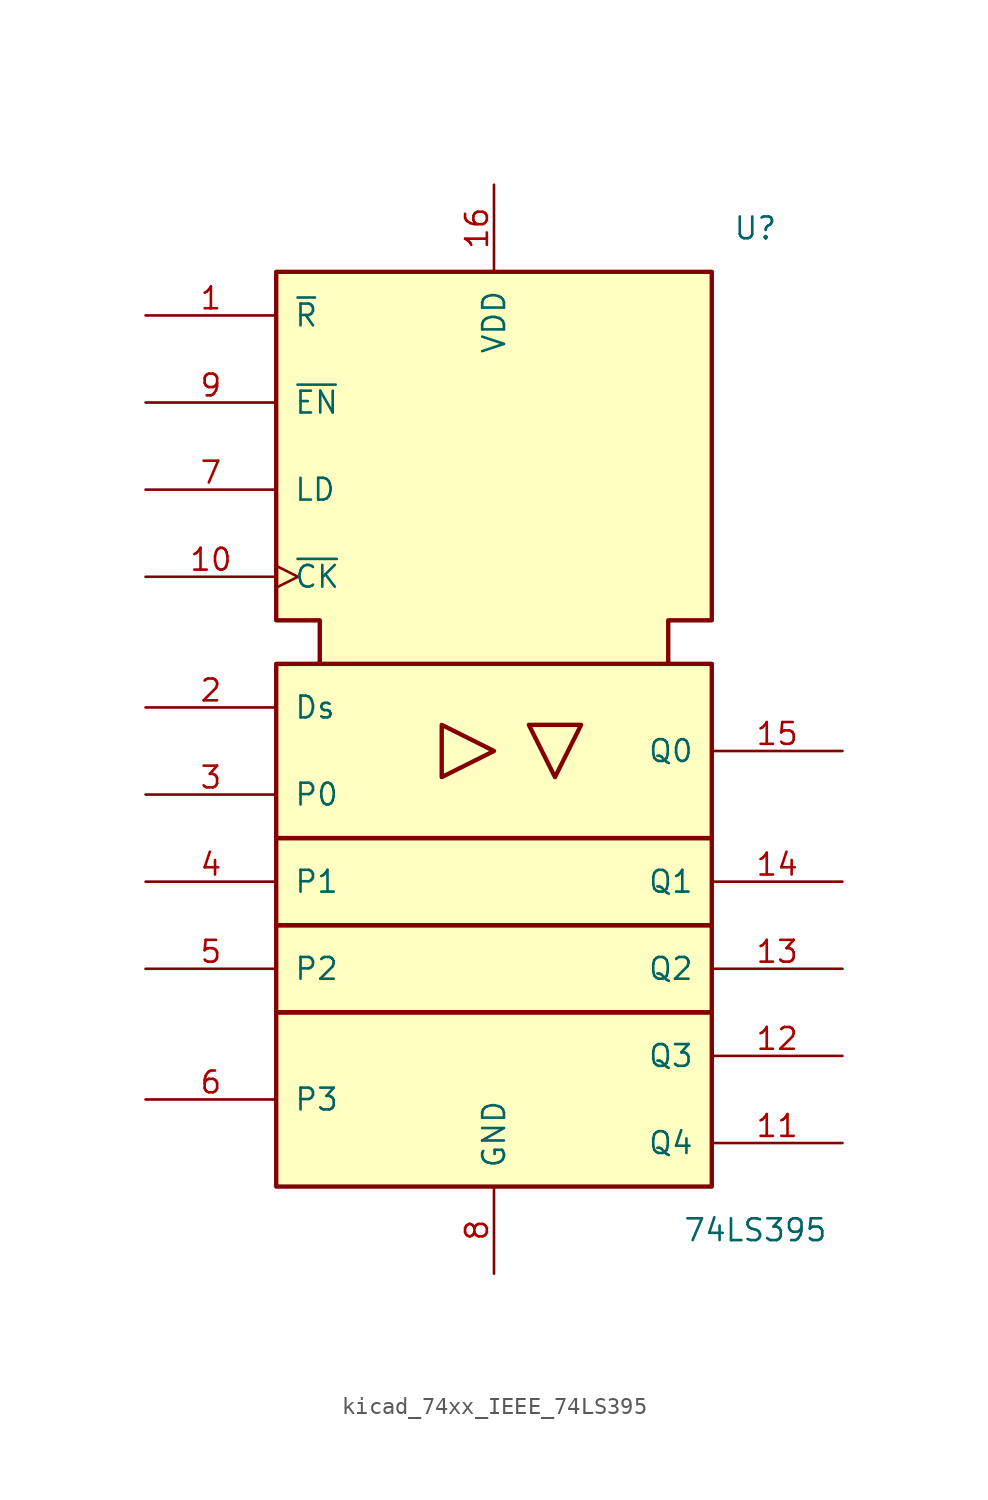
<source format=kicad_sym>
(kicad_symbol_lib
  (version 20220914)
  (generator kicad_symbol_editor)
  (symbol "kicad_74xx_IEEE_74LS395"
    (pin_names
      (offset 1.016))
    (property "Reference" "U"
      (at 15.24 27.94 0)
      (effects (font (size 1.27 1.27))))
    (property "Value" "74LS395"
      (at 15.24 -30.48 0)
      (effects (font (size 1.27 1.27))))
    (symbol "kicad_74xx_IEEE_74LS395_0_0"
      (rectangle (start -12.7 -17.78) (end 12.7 -27.94) (stroke (width 0.254) (type default)) (fill (type background)))
      (polyline (pts (xy -10.16 2.54) (xy -10.16 5.08) (xy -12.7 5.08) (xy -12.7 25.4) (xy 12.7 25.4) (xy 12.7 5.08) (xy 10.16 5.08) (xy 10.16 2.54) (xy 10.16 2.54)) (stroke (width 0.254) (type default)) (fill (type background)))
      (pin power_in line (at 0 -33.02 90) (length 5.08) (name "GND" (effects (font (size 1.27 1.27)))) (number "8" (effects (font (size 1.27 1.27))))))
    (symbol "kicad_74xx_IEEE_74LS395_0_1"
      (rectangle (start -12.7 -12.7) (end 12.7 -17.78) (stroke (width 0.254) (type default)) (fill (type background)))
      (rectangle (start -12.7 -7.62) (end 12.7 -12.7) (stroke (width 0.254) (type default)) (fill (type background)))
      (rectangle (start -12.7 2.54) (end 12.7 -7.62) (stroke (width 0.254) (type default)) (fill (type background)))
      (polyline (pts (xy -3.048 -1.016) (xy -3.048 -4.064) (xy 0 -2.54) (xy -3.048 -1.016) (xy -3.048 -1.016)) (stroke (width 0.254) (type default)) (fill (type background)))
      (polyline (pts (xy 5.08 -1.016) (xy 2.032 -1.016) (xy 3.556 -4.064) (xy 5.08 -1.016) (xy 5.08 -1.016)) (stroke (width 0.254) (type default)) (fill (type background)))
      (pin power_in line (at 0 30.48 270) (length 5.08) (name "VDD" (effects (font (size 1.27 1.27)))) (number "16" (effects (font (size 1.27 1.27))))))
    (symbol "kicad_74xx_IEEE_74LS395_1_1"
      (pin input line (at -20.32 22.86 0) (length 7.62) (name "~{R}" (effects (font (size 1.27 1.27)))) (number "1" (effects (font (size 1.27 1.27)))))
      (pin input clock (at -20.32 7.62 0) (length 7.62) (name "~{CK}" (effects (font (size 1.27 1.27)))) (number "10" (effects (font (size 1.27 1.27)))))
      (pin input line (at 20.32 -25.4 180) (length 7.62) (name "Q4" (effects (font (size 1.27 1.27)))) (number "11" (effects (font (size 1.27 1.27)))))
      (pin output line (at 20.32 -20.32 180) (length 7.62) (name "Q3" (effects (font (size 1.27 1.27)))) (number "12" (effects (font (size 1.27 1.27)))))
      (pin output line (at 20.32 -15.24 180) (length 7.62) (name "Q2" (effects (font (size 1.27 1.27)))) (number "13" (effects (font (size 1.27 1.27)))))
      (pin output line (at 20.32 -10.16 180) (length 7.62) (name "Q1" (effects (font (size 1.27 1.27)))) (number "14" (effects (font (size 1.27 1.27)))))
      (pin output line (at 20.32 -2.54 180) (length 7.62) (name "Q0" (effects (font (size 1.27 1.27)))) (number "15" (effects (font (size 1.27 1.27)))))
      (pin input line (at -20.32 0 0) (length 7.62) (name "Ds" (effects (font (size 1.27 1.27)))) (number "2" (effects (font (size 1.27 1.27)))))
      (pin input line (at -20.32 -5.08 0) (length 7.62) (name "P0" (effects (font (size 1.27 1.27)))) (number "3" (effects (font (size 1.27 1.27)))))
      (pin input line (at -20.32 -10.16 0) (length 7.62) (name "P1" (effects (font (size 1.27 1.27)))) (number "4" (effects (font (size 1.27 1.27)))))
      (pin input line (at -20.32 -15.24 0) (length 7.62) (name "P2" (effects (font (size 1.27 1.27)))) (number "5" (effects (font (size 1.27 1.27)))))
      (pin input line (at -20.32 -22.86 0) (length 7.62) (name "P3" (effects (font (size 1.27 1.27)))) (number "6" (effects (font (size 1.27 1.27)))))
      (pin input line (at -20.32 12.7 0) (length 7.62) (name "LD" (effects (font (size 1.27 1.27)))) (number "7" (effects (font (size 1.27 1.27)))))
      (pin input line (at -20.32 17.78 0) (length 7.62) (name "~{EN}" (effects (font (size 1.27 1.27)))) (number "9" (effects (font (size 1.27 1.27))))))))
</source>
